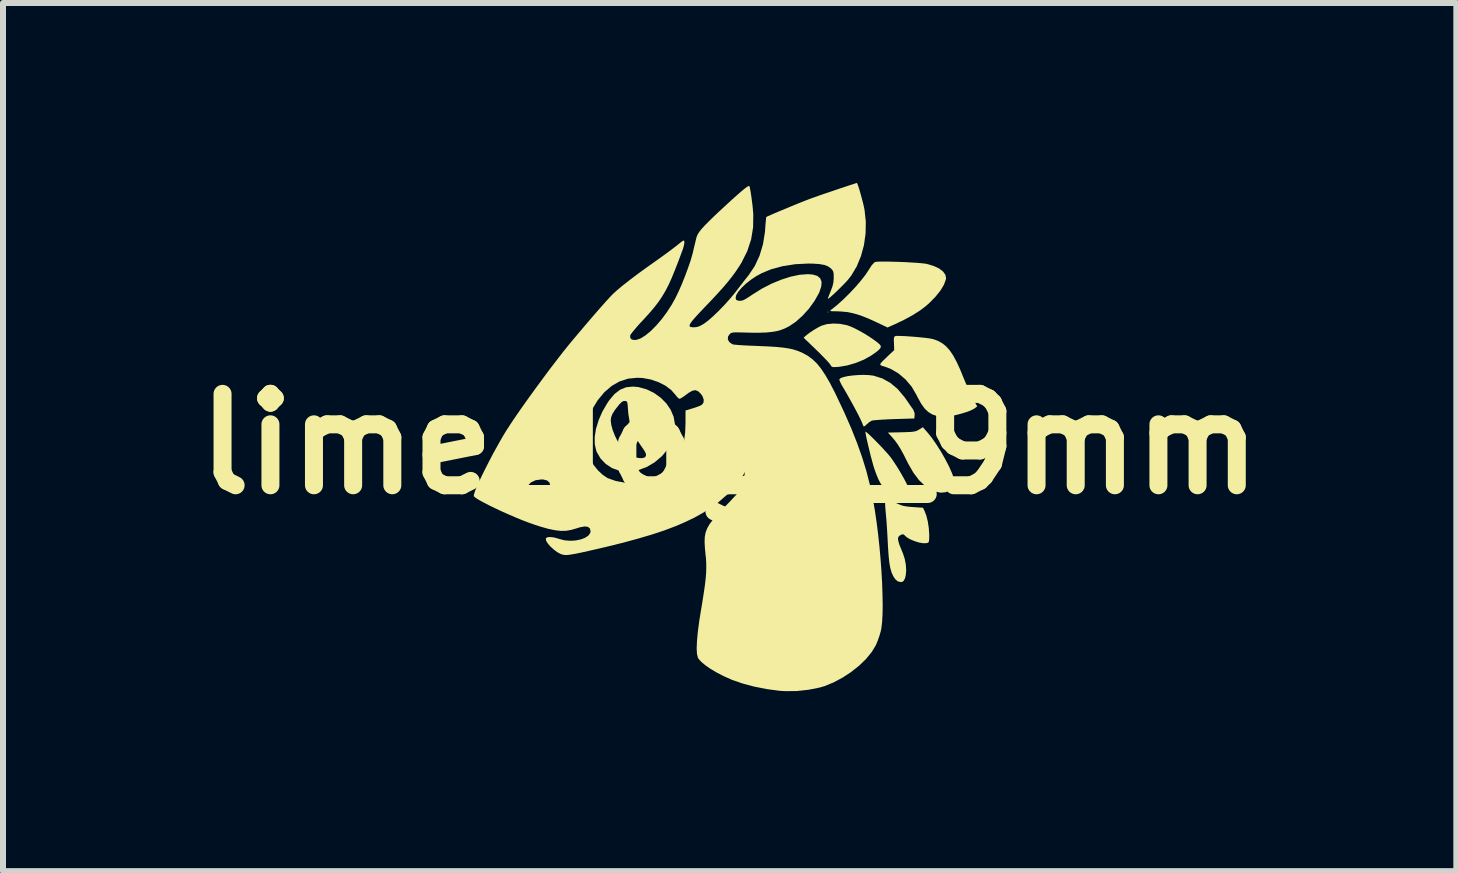
<source format=kicad_pcb>
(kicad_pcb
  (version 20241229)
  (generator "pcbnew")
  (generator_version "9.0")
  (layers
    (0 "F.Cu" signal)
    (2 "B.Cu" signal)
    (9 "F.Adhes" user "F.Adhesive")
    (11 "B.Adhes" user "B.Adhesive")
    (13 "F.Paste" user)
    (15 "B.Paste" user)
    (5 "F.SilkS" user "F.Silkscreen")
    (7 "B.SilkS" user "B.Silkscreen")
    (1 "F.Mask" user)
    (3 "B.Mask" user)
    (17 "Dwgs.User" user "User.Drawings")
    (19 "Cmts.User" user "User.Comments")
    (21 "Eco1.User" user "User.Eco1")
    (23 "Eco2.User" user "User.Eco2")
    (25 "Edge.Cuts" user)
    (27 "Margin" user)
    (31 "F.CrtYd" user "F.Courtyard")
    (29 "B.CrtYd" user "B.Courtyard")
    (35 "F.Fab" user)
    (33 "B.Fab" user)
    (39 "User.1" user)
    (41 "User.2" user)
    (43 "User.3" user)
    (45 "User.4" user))
  (footprint "lime_logo_9mm"
    (layer "F.Cu")
    (at 9.115 4.351)
    (property "Reference" "lime_logo_9mm" (at 0 0 0) (layer "F.SilkS") (effects (font (size 1.524 1.524) (thickness 0.3))))
    (attr board_only exclude_from_pos_files exclude_from_bom)
    (fp_poly (pts (xy 1.647 -2.199) (xy 1.639 -2.191) (xy 1.631 -2.199) (xy 1.639 -2.207)) (stroke (width 0) (type solid)) (fill yes) (layer "F.SilkS"))
    (fp_poly (pts (xy 3.291 -0.199) (xy 3.366 -0.107) (xy 3.444 0.005) (xy 3.522 0.127) (xy 3.594 0.254) (xy 3.658 0.377) (xy 3.708 0.49) (xy 3.737 0.572) (xy 3.75 0.622) (xy 3.753 0.654) (xy 3.744 0.682) (xy 3.728 0.71) (xy 3.673 0.771) (xy 3.603 0.805) (xy 3.519 0.813) (xy 3.426 0.794) (xy 3.362 0.767) (xy 3.255 0.698) (xy 3.156 0.603) (xy 3.063 0.479) (xy 2.975 0.326) (xy 2.957 0.29) (xy 2.899 0.175) (xy 2.849 0.083) (xy 2.802 0.008) (xy 2.755 -0.057) (xy 2.703 -0.118) (xy 2.699 -0.122) (xy 2.638 -0.189) (xy 2.866 -0.194) (xy 2.958 -0.197) (xy 3.024 -0.2) (xy 3.071 -0.206) (xy 3.106 -0.213) (xy 3.133 -0.225) (xy 3.158 -0.239) (xy 3.221 -0.278)) (stroke (width 0) (type solid)) (fill yes) (layer "F.SilkS"))
    (fp_poly (pts (xy 1.839 -2.002) (xy 1.948 -1.981) (xy 2.005 -1.962) (xy 2.074 -1.932) (xy 2.153 -1.891) (xy 2.236 -1.845) (xy 2.317 -1.795) (xy 2.391 -1.745) (xy 2.453 -1.7) (xy 2.498 -1.662) (xy 2.519 -1.635) (xy 2.519 -1.61) (xy 2.499 -1.58) (xy 2.457 -1.542) (xy 2.39 -1.494) (xy 2.353 -1.469) (xy 2.238 -1.405) (xy 2.103 -1.35) (xy 1.963 -1.309) (xy 1.829 -1.286) (xy 1.818 -1.285) (xy 1.758 -1.281) (xy 1.722 -1.281) (xy 1.701 -1.289) (xy 1.688 -1.305) (xy 1.68 -1.319) (xy 1.661 -1.344) (xy 1.623 -1.387) (xy 1.57 -1.442) (xy 1.507 -1.507) (xy 1.445 -1.567) (xy 1.233 -1.771) (xy 1.268 -1.803) (xy 1.329 -1.851) (xy 1.406 -1.902) (xy 1.485 -1.948) (xy 1.532 -1.971) (xy 1.62 -1.997) (xy 1.726 -2.007)) (stroke (width 0) (type solid)) (fill yes) (layer "F.SilkS"))
    (fp_poly (pts (xy 2.277 -0.198) (xy 2.309 -0.171) (xy 2.354 -0.129) (xy 2.408 -0.076) (xy 2.467 -0.016) (xy 2.528 0.047) (xy 2.585 0.109) (xy 2.636 0.165) (xy 2.675 0.212) (xy 2.693 0.235) (xy 2.749 0.317) (xy 2.805 0.404) (xy 2.858 0.493) (xy 2.906 0.578) (xy 2.946 0.654) (xy 2.975 0.716) (xy 2.99 0.758) (xy 2.991 0.768) (xy 2.988 0.801) (xy 2.979 0.814) (xy 2.979 0.814) (xy 2.959 0.808) (xy 2.917 0.796) (xy 2.861 0.779) (xy 2.847 0.775) (xy 2.777 0.756) (xy 2.708 0.743) (xy 2.654 0.737) (xy 2.652 0.737) (xy 2.593 0.73) (xy 2.554 0.712) (xy 2.552 0.71) (xy 2.52 0.666) (xy 2.483 0.597) (xy 2.445 0.507) (xy 2.41 0.408) (xy 2.394 0.355) (xy 2.375 0.286) (xy 2.353 0.205) (xy 2.332 0.119) (xy 2.311 0.032) (xy 2.292 -0.048) (xy 2.277 -0.118) (xy 2.267 -0.171) (xy 2.263 -0.2) (xy 2.263 -0.205)) (stroke (width 0) (type solid)) (fill yes) (layer "F.SilkS"))
    (fp_poly (pts (xy 2.316 -1.148) (xy 2.39 -1.139) (xy 2.401 -1.137) (xy 2.545 -1.092) (xy 2.678 -1.018) (xy 2.801 -0.915) (xy 2.914 -0.781) (xy 2.944 -0.739) (xy 2.985 -0.68) (xy 3.022 -0.625) (xy 3.051 -0.585) (xy 3.058 -0.576) (xy 3.083 -0.515) (xy 3.084 -0.478) (xy 3.079 -0.424) (xy 2.743 -0.414) (xy 2.64 -0.41) (xy 2.546 -0.405) (xy 2.466 -0.399) (xy 2.406 -0.394) (xy 2.371 -0.389) (xy 2.367 -0.387) (xy 2.328 -0.364) (xy 2.289 -0.33) (xy 2.288 -0.33) (xy 2.255 -0.298) (xy 2.235 -0.292) (xy 2.222 -0.312) (xy 2.216 -0.332) (xy 2.204 -0.362) (xy 2.179 -0.415) (xy 2.144 -0.486) (xy 2.101 -0.568) (xy 2.054 -0.656) (xy 2.004 -0.745) (xy 1.956 -0.831) (xy 1.912 -0.907) (xy 1.892 -0.94) (xy 1.86 -0.996) (xy 1.838 -1.042) (xy 1.828 -1.072) (xy 1.828 -1.077) (xy 1.851 -1.097) (xy 1.9 -1.115) (xy 1.968 -1.13) (xy 2.05 -1.141) (xy 2.14 -1.148) (xy 2.23 -1.151)) (stroke (width 0) (type solid)) (fill yes) (layer "F.SilkS"))
    (fp_poly (pts (xy 2.705 -3.038) (xy 2.811 -3.035) (xy 2.919 -3.031) (xy 3.024 -3.025) (xy 3.121 -3.019) (xy 3.202 -3.012) (xy 3.263 -3.005) (xy 3.287 -3.001) (xy 3.4 -2.967) (xy 3.491 -2.925) (xy 3.557 -2.875) (xy 3.597 -2.819) (xy 3.608 -2.76) (xy 3.605 -2.744) (xy 3.573 -2.655) (xy 3.514 -2.557) (xy 3.43 -2.452) (xy 3.324 -2.345) (xy 3.267 -2.295) (xy 3.172 -2.223) (xy 3.051 -2.147) (xy 2.91 -2.07) (xy 2.752 -1.994) (xy 2.719 -1.98) (xy 2.631 -1.941) (xy 2.471 -2.018) (xy 2.32 -2.087) (xy 2.187 -2.14) (xy 2.068 -2.176) (xy 1.954 -2.199) (xy 1.841 -2.209) (xy 1.785 -2.211) (xy 1.722 -2.212) (xy 1.688 -2.214) (xy 1.676 -2.22) (xy 1.682 -2.229) (xy 1.689 -2.234) (xy 1.786 -2.311) (xy 1.891 -2.405) (xy 1.997 -2.51) (xy 2.1 -2.619) (xy 2.192 -2.727) (xy 2.27 -2.827) (xy 2.32 -2.904) (xy 2.367 -2.977) (xy 2.406 -3.02) (xy 2.428 -3.034) (xy 2.464 -3.038) (xy 2.526 -3.04) (xy 2.609 -3.04)) (stroke (width 0) (type solid)) (fill yes) (layer "F.SilkS"))
    (fp_poly (pts (xy 2.851 -1.8) (xy 2.925 -1.797) (xy 3.012 -1.791) (xy 3.091 -1.785) (xy 3.199 -1.775) (xy 3.281 -1.766) (xy 3.344 -1.757) (xy 3.392 -1.747) (xy 3.434 -1.733) (xy 3.472 -1.718) (xy 3.543 -1.679) (xy 3.607 -1.628) (xy 3.667 -1.562) (xy 3.725 -1.477) (xy 3.783 -1.37) (xy 3.844 -1.238) (xy 3.901 -1.097) (xy 3.939 -1.007) (xy 3.98 -0.912) (xy 4.021 -0.825) (xy 4.054 -0.759) (xy 4.127 -0.626) (xy 4.085 -0.593) (xy 4.038 -0.567) (xy 3.969 -0.538) (xy 3.883 -0.511) (xy 3.791 -0.486) (xy 3.699 -0.466) (xy 3.617 -0.453) (xy 3.551 -0.45) (xy 3.551 -0.45) (xy 3.505 -0.455) (xy 3.463 -0.463) (xy 3.382 -0.49) (xy 3.313 -0.531) (xy 3.251 -0.589) (xy 3.193 -0.67) (xy 3.134 -0.777) (xy 3.117 -0.812) (xy 3.035 -0.953) (xy 2.932 -1.075) (xy 2.813 -1.176) (xy 2.683 -1.252) (xy 2.586 -1.288) (xy 2.545 -1.3) (xy 2.519 -1.311) (xy 2.51 -1.325) (xy 2.52 -1.347) (xy 2.55 -1.38) (xy 2.601 -1.429) (xy 2.639 -1.466) (xy 2.743 -1.564) (xy 2.739 -1.677) (xy 2.737 -1.736) (xy 2.739 -1.771) (xy 2.748 -1.789) (xy 2.764 -1.798) (xy 2.771 -1.8) (xy 2.798 -1.801)) (stroke (width 0) (type solid)) (fill yes) (layer "F.SilkS"))
    (fp_poly (pts (xy 2.65 0.934) (xy 2.697 0.952) (xy 2.755 0.977) (xy 2.772 0.985) (xy 2.834 1.012) (xy 2.887 1.031) (xy 2.944 1.042) (xy 3.016 1.05) (xy 3.057 1.053) (xy 3.223 1.064) (xy 3.251 1.122) (xy 3.28 1.199) (xy 3.304 1.297) (xy 3.32 1.405) (xy 3.327 1.512) (xy 3.327 1.522) (xy 3.326 1.584) (xy 3.323 1.621) (xy 3.315 1.641) (xy 3.3 1.65) (xy 3.283 1.654) (xy 3.226 1.656) (xy 3.154 1.643) (xy 3.077 1.619) (xy 3.005 1.588) (xy 2.948 1.553) (xy 2.925 1.531) (xy 2.9 1.508) (xy 2.873 1.509) (xy 2.858 1.515) (xy 2.829 1.532) (xy 2.812 1.553) (xy 2.806 1.582) (xy 2.813 1.625) (xy 2.832 1.686) (xy 2.865 1.768) (xy 2.888 1.823) (xy 2.918 1.914) (xy 2.937 2.013) (xy 2.943 2.11) (xy 2.935 2.195) (xy 2.922 2.243) (xy 2.901 2.283) (xy 2.877 2.3) (xy 2.849 2.303) (xy 2.802 2.291) (xy 2.761 2.255) (xy 2.727 2.205) (xy 2.7 2.145) (xy 2.678 2.068) (xy 2.661 1.972) (xy 2.649 1.852) (xy 2.639 1.705) (xy 2.638 1.679) (xy 2.632 1.568) (xy 2.626 1.455) (xy 2.619 1.349) (xy 2.612 1.257) (xy 2.607 1.201) (xy 2.598 1.101) (xy 2.593 1.029) (xy 2.592 0.98) (xy 2.595 0.949) (xy 2.603 0.934) (xy 2.615 0.928) (xy 2.622 0.928)) (stroke (width 0) (type solid)) (fill yes) (layer "F.SilkS"))
    (fp_poly (pts (xy -1.523 -0.948) (xy -1.388 -0.911) (xy -1.263 -0.851) (xy -1.151 -0.771) (xy -1.056 -0.676) (xy -0.983 -0.568) (xy -0.934 -0.452) (xy -0.915 -0.343) (xy -0.92 -0.195) (xy -0.957 -0.056) (xy -1.024 0.074) (xy -1.121 0.195) (xy -1.134 0.208) (xy -1.254 0.309) (xy -1.384 0.385) (xy -1.521 0.436) (xy -1.659 0.46) (xy -1.795 0.456) (xy -1.843 0.446) (xy -1.961 0.403) (xy -2.066 0.334) (xy -2.153 0.243) (xy -2.216 0.135) (xy -2.224 0.114) (xy -2.249 0.007) (xy -2.25 -0.116) (xy -2.229 -0.25) (xy -2.186 -0.39) (xy -1.983 -0.39) (xy -1.974 -0.318) (xy -1.95 -0.23) (xy -1.912 -0.134) (xy -1.877 -0.062) (xy -1.839 -0.006) (xy -1.787 0.055) (xy -1.728 0.116) (xy -1.667 0.168) (xy -1.613 0.207) (xy -1.579 0.222) (xy -1.512 0.236) (xy -1.454 0.237) (xy -1.415 0.224) (xy -1.411 0.221) (xy -1.396 0.198) (xy -1.395 0.169) (xy -1.412 0.13) (xy -1.447 0.075) (xy -1.471 0.042) (xy -1.561 -0.094) (xy -1.625 -0.226) (xy -1.667 -0.361) (xy -1.69 -0.508) (xy -1.694 -0.56) (xy -1.699 -0.63) (xy -1.704 -0.675) (xy -1.711 -0.7) (xy -1.722 -0.712) (xy -1.74 -0.716) (xy -1.745 -0.717) (xy -1.774 -0.714) (xy -1.804 -0.695) (xy -1.842 -0.656) (xy -1.851 -0.645) (xy -1.913 -0.566) (xy -1.954 -0.501) (xy -1.976 -0.445) (xy -1.983 -0.393) (xy -1.983 -0.39) (xy -2.186 -0.39) (xy -2.186 -0.392) (xy -2.123 -0.537) (xy -2.04 -0.68) (xy -2.006 -0.73) (xy -1.92 -0.832) (xy -1.828 -0.903) (xy -1.728 -0.944) (xy -1.616 -0.956)) (stroke (width 0) (type solid)) (fill yes) (layer "F.SilkS"))
    (fp_poly (pts (xy 2.13 -4.336) (xy 2.144 -4.297) (xy 2.163 -4.239) (xy 2.183 -4.169) (xy 2.203 -4.094) (xy 2.223 -4.019) (xy 2.239 -3.951) (xy 2.249 -3.898) (xy 2.27 -3.704) (xy 2.266 -3.508) (xy 2.239 -3.315) (xy 2.189 -3.131) (xy 2.119 -2.961) (xy 2.029 -2.809) (xy 1.971 -2.735) (xy 1.932 -2.692) (xy 1.883 -2.641) (xy 1.828 -2.587) (xy 1.773 -2.533) (xy 1.721 -2.485) (xy 1.678 -2.447) (xy 1.649 -2.424) (xy 1.638 -2.419) (xy 1.641 -2.436) (xy 1.655 -2.474) (xy 1.676 -2.527) (xy 1.683 -2.544) (xy 1.713 -2.623) (xy 1.729 -2.69) (xy 1.735 -2.761) (xy 1.735 -2.771) (xy 1.734 -2.83) (xy 1.728 -2.869) (xy 1.714 -2.897) (xy 1.688 -2.926) (xy 1.687 -2.927) (xy 1.641 -2.96) (xy 1.578 -2.984) (xy 1.493 -2.999) (xy 1.382 -3.006) (xy 1.311 -3.007) (xy 1.091 -2.996) (xy 0.881 -2.963) (xy 0.687 -2.91) (xy 0.537 -2.848) (xy 0.442 -2.796) (xy 0.352 -2.736) (xy 0.269 -2.67) (xy 0.199 -2.603) (xy 0.144 -2.539) (xy 0.109 -2.481) (xy 0.099 -2.434) (xy 0.099 -2.432) (xy 0.108 -2.404) (xy 0.131 -2.391) (xy 0.162 -2.386) (xy 0.192 -2.387) (xy 0.223 -2.395) (xy 0.262 -2.414) (xy 0.315 -2.447) (xy 0.378 -2.489) (xy 0.536 -2.588) (xy 0.699 -2.672) (xy 0.862 -2.739) (xy 1.019 -2.789) (xy 1.168 -2.82) (xy 1.302 -2.83) (xy 1.384 -2.824) (xy 1.46 -2.802) (xy 1.509 -2.762) (xy 1.532 -2.704) (xy 1.528 -2.629) (xy 1.498 -2.537) (xy 1.487 -2.512) (xy 1.413 -2.381) (xy 1.32 -2.253) (xy 1.214 -2.136) (xy 1.102 -2.036) (xy 0.988 -1.959) (xy 0.979 -1.955) (xy 0.915 -1.923) (xy 0.851 -1.899) (xy 0.782 -1.88) (xy 0.704 -1.867) (xy 0.613 -1.858) (xy 0.503 -1.854) (xy 0.372 -1.854) (xy 0.214 -1.858) (xy 0.166 -1.859) (xy 0.097 -1.86) (xy 0.052 -1.857) (xy 0.023 -1.848) (xy 0.002 -1.833) (xy -0.028 -1.789) (xy -0.03 -1.741) (xy -0.006 -1.698) (xy 0.04 -1.665) (xy 0.064 -1.657) (xy 0.091 -1.654) (xy 0.145 -1.649) (xy 0.221 -1.644) (xy 0.313 -1.639) (xy 0.418 -1.635) (xy 0.488 -1.632) (xy 0.647 -1.625) (xy 0.778 -1.617) (xy 0.887 -1.606) (xy 0.978 -1.593) (xy 1.056 -1.576) (xy 1.126 -1.554) (xy 1.192 -1.528) (xy 1.225 -1.512) (xy 1.307 -1.466) (xy 1.383 -1.409) (xy 1.455 -1.34) (xy 1.525 -1.253) (xy 1.595 -1.147) (xy 1.67 -1.019) (xy 1.75 -0.864) (xy 1.783 -0.796) (xy 1.915 -0.516) (xy 2.029 -0.255) (xy 2.126 -0.01) (xy 2.209 0.224) (xy 2.279 0.452) (xy 2.337 0.679) (xy 2.386 0.91) (xy 2.392 0.942) (xy 2.423 1.122) (xy 2.451 1.315) (xy 2.476 1.516) (xy 2.498 1.721) (xy 2.516 1.927) (xy 2.531 2.13) (xy 2.542 2.326) (xy 2.548 2.511) (xy 2.551 2.682) (xy 2.549 2.834) (xy 2.542 2.965) (xy 2.53 3.069) (xy 2.522 3.111) (xy 2.499 3.193) (xy 2.468 3.282) (xy 2.437 3.356) (xy 2.368 3.47) (xy 2.274 3.585) (xy 2.158 3.697) (xy 2.026 3.802) (xy 1.883 3.896) (xy 1.735 3.975) (xy 1.587 4.036) (xy 1.504 4.061) (xy 1.314 4.099) (xy 1.118 4.12) (xy 0.926 4.122) (xy 0.832 4.116) (xy 0.622 4.088) (xy 0.413 4.047) (xy 0.217 3.995) (xy 0.04 3.934) (xy 0.02 3.925) (xy -0.101 3.871) (xy -0.215 3.812) (xy -0.318 3.751) (xy -0.406 3.69) (xy -0.474 3.633) (xy -0.519 3.583) (xy -0.53 3.562) (xy -0.545 3.5) (xy -0.55 3.408) (xy -0.545 3.286) (xy -0.531 3.134) (xy -0.507 2.953) (xy -0.481 2.791) (xy -0.452 2.616) (xy -0.429 2.468) (xy -0.411 2.342) (xy -0.399 2.235) (xy -0.392 2.141) (xy -0.39 2.057) (xy -0.391 1.978) (xy -0.396 1.9) (xy -0.402 1.848) (xy -0.413 1.731) (xy -0.418 1.633) (xy -0.415 1.55) (xy -0.401 1.476) (xy -0.374 1.406) (xy -0.333 1.335) (xy -0.275 1.259) (xy -0.198 1.172) (xy -0.101 1.069) (xy -0.073 1.04) (xy 0.006 0.959) (xy 0.082 0.877) (xy 0.153 0.801) (xy 0.212 0.736) (xy 0.254 0.688) (xy 0.259 0.682) (xy 0.325 0.593) (xy 0.384 0.495) (xy 0.432 0.399) (xy 0.464 0.311) (xy 0.474 0.259) (xy 0.474 0.184) (xy 0.455 0.117) (xy 0.422 0.066) (xy 0.394 0.046) (xy 0.344 0.035) (xy 0.309 0.048) (xy 0.295 0.079) (xy 0.304 0.122) (xy 0.318 0.144) (xy 0.343 0.189) (xy 0.349 0.238) (xy 0.338 0.296) (xy 0.308 0.372) (xy 0.298 0.392) (xy 0.209 0.547) (xy 0.093 0.701) (xy -0.045 0.848) (xy -0.201 0.984) (xy -0.32 1.07) (xy -0.452 1.153) (xy -0.592 1.231) (xy -0.745 1.304) (xy -0.911 1.375) (xy -1.094 1.444) (xy -1.297 1.511) (xy -1.521 1.577) (xy -1.77 1.645) (xy -2.045 1.713) (xy -2.346 1.783) (xy -2.468 1.81) (xy -2.564 1.83) (xy -2.637 1.843) (xy -2.693 1.851) (xy -2.736 1.853) (xy -2.77 1.849) (xy -2.8 1.841) (xy -2.82 1.834) (xy -2.877 1.803) (xy -2.935 1.759) (xy -2.989 1.71) (xy -3.032 1.66) (xy -3.06 1.614) (xy -3.066 1.58) (xy -3.065 1.575) (xy -3.042 1.557) (xy -2.996 1.552) (xy -2.932 1.559) (xy -2.857 1.579) (xy -2.839 1.585) (xy -2.752 1.607) (xy -2.66 1.615) (xy -2.57 1.61) (xy -2.485 1.593) (xy -2.413 1.566) (xy -2.358 1.531) (xy -2.326 1.488) (xy -2.319 1.456) (xy -2.33 1.409) (xy -2.364 1.382) (xy -2.42 1.376) (xy -2.5 1.391) (xy -2.55 1.407) (xy -2.639 1.433) (xy -2.725 1.448) (xy -2.814 1.45) (xy -2.911 1.439) (xy -3.023 1.416) (xy -3.154 1.379) (xy -3.239 1.352) (xy -3.336 1.318) (xy -3.444 1.277) (xy -3.559 1.23) (xy -3.677 1.179) (xy -3.795 1.127) (xy -3.907 1.074) (xy -4.011 1.024) (xy -4.103 0.976) (xy -4.178 0.935) (xy -4.232 0.901) (xy -4.262 0.876) (xy -4.266 0.869) (xy -4.263 0.843) (xy -3.418 0.843) (xy -3.409 0.89) (xy -3.387 0.921) (xy -3.363 0.927) (xy -3.334 0.919) (xy -3.292 0.897) (xy -3.266 0.88) (xy -3.207 0.847) (xy -3.14 0.816) (xy -3.114 0.807) (xy -3.048 0.78) (xy -3.008 0.749) (xy -2.992 0.71) (xy -2.991 0.693) (xy -3.005 0.643) (xy -3.045 0.609) (xy -3.109 0.593) (xy -3.137 0.592) (xy -3.235 0.605) (xy -3.314 0.642) (xy -3.373 0.705) (xy -3.409 0.786) (xy -3.418 0.843) (xy -4.263 0.843) (xy -4.263 0.842) (xy -4.247 0.791) (xy -4.218 0.718) (xy -4.178 0.628) (xy -4.128 0.523) (xy -4.071 0.408) (xy -4.008 0.285) (xy -3.941 0.157) (xy -3.87 0.029) (xy -3.824 -0.053) (xy -2.408 -0.053) (xy -2.379 0.109) (xy -2.319 0.266) (xy -2.318 0.269) (xy -2.264 0.357) (xy -2.195 0.442) (xy -2.118 0.514) (xy -2.041 0.566) (xy -2.029 0.572) (xy -1.899 0.618) (xy -1.752 0.645) (xy -1.598 0.652) (xy -1.448 0.638) (xy -1.416 0.632) (xy -1.299 0.6) (xy -1.199 0.554) (xy -1.104 0.49) (xy -1.006 0.401) (xy -1.006 0.401) (xy -0.915 0.3) (xy -0.846 0.196) (xy -0.795 0.083) (xy -0.761 -0.044) (xy -0.742 -0.19) (xy -0.736 -0.354) (xy -0.736 -0.557) (xy -0.62 -0.592) (xy -0.558 -0.612) (xy -0.504 -0.632) (xy -0.469 -0.649) (xy -0.468 -0.649) (xy -0.437 -0.686) (xy -0.432 -0.736) (xy -0.452 -0.793) (xy -0.481 -0.836) (xy -0.525 -0.878) (xy -0.569 -0.896) (xy -0.619 -0.888) (xy -0.679 -0.855) (xy -0.721 -0.824) (xy -0.77 -0.788) (xy -0.81 -0.763) (xy -0.835 -0.752) (xy -0.836 -0.752) (xy -0.858 -0.764) (xy -0.887 -0.796) (xy -0.902 -0.816) (xy -0.974 -0.898) (xy -1.071 -0.971) (xy -1.187 -1.03) (xy -1.315 -1.074) (xy -1.451 -1.099) (xy -1.54 -1.103) (xy -1.692 -1.088) (xy -1.834 -1.043) (xy -1.967 -0.967) (xy -2.089 -0.862) (xy -2.201 -0.727) (xy -2.301 -0.563) (xy -2.318 -0.53) (xy -2.378 -0.377) (xy -2.408 -0.216) (xy -2.408 -0.053) (xy -3.824 -0.053) (xy -3.799 -0.097) (xy -3.767 -0.152) (xy -3.711 -0.242) (xy -3.639 -0.353) (xy -3.552 -0.481) (xy -3.454 -0.622) (xy -3.347 -0.772) (xy -3.235 -0.927) (xy -3.12 -1.083) (xy -3.006 -1.237) (xy -2.894 -1.383) (xy -2.789 -1.519) (xy -2.692 -1.64) (xy -2.637 -1.707) (xy -2.498 -1.872) (xy -2.37 -2.023) (xy -2.254 -2.158) (xy -2.151 -2.276) (xy -2.064 -2.374) (xy -1.993 -2.451) (xy -1.947 -2.499) (xy -1.878 -2.562) (xy -1.783 -2.641) (xy -1.663 -2.735) (xy -1.52 -2.843) (xy -1.354 -2.963) (xy -1.19 -3.079) (xy -1.108 -3.138) (xy -1.024 -3.199) (xy -0.948 -3.256) (xy -0.886 -3.304) (xy -0.872 -3.315) (xy -0.819 -3.358) (xy -0.786 -3.382) (xy -0.767 -3.391) (xy -0.758 -3.385) (xy -0.755 -3.369) (xy -0.758 -3.333) (xy -0.77 -3.281) (xy -0.781 -3.245) (xy -0.849 -3.062) (xy -0.91 -2.905) (xy -0.965 -2.77) (xy -1.018 -2.653) (xy -1.071 -2.551) (xy -1.126 -2.458) (xy -1.185 -2.37) (xy -1.251 -2.284) (xy -1.326 -2.195) (xy -1.412 -2.099) (xy -1.447 -2.062) (xy -1.512 -1.992) (xy -1.569 -1.926) (xy -1.615 -1.871) (xy -1.646 -1.831) (xy -1.658 -1.81) (xy -1.658 -1.767) (xy -1.632 -1.74) (xy -1.583 -1.732) (xy -1.553 -1.735) (xy -1.482 -1.76) (xy -1.402 -1.811) (xy -1.314 -1.883) (xy -1.224 -1.974) (xy -1.133 -2.08) (xy -1.046 -2.197) (xy -0.965 -2.323) (xy -0.907 -2.427) (xy -0.853 -2.538) (xy -0.797 -2.665) (xy -0.743 -2.801) (xy -0.693 -2.936) (xy -0.65 -3.061) (xy -0.619 -3.169) (xy -0.614 -3.19) (xy -0.596 -3.267) (xy -0.578 -3.34) (xy -0.564 -3.4) (xy -0.559 -3.423) (xy -0.548 -3.46) (xy -0.531 -3.497) (xy -0.505 -3.537) (xy -0.468 -3.584) (xy -0.418 -3.639) (xy -0.352 -3.706) (xy -0.268 -3.788) (xy -0.164 -3.886) (xy -0.115 -3.931) (xy 0.006 -4.043) (xy 0.106 -4.133) (xy 0.186 -4.203) (xy 0.247 -4.254) (xy 0.29 -4.286) (xy 0.317 -4.3) (xy 0.328 -4.3) (xy 0.335 -4.279) (xy 0.344 -4.233) (xy 0.355 -4.168) (xy 0.366 -4.09) (xy 0.377 -4.006) (xy 0.386 -3.923) (xy 0.392 -3.847) (xy 0.394 -3.823) (xy 0.391 -3.613) (xy 0.358 -3.41) (xy 0.293 -3.213) (xy 0.197 -3.022) (xy 0.157 -2.957) (xy 0.099 -2.871) (xy 0.038 -2.788) (xy -0.03 -2.702) (xy -0.107 -2.611) (xy -0.198 -2.51) (xy -0.306 -2.394) (xy -0.401 -2.295) (xy -0.495 -2.196) (xy -0.567 -2.118) (xy -0.62 -2.057) (xy -0.653 -2.012) (xy -0.668 -1.981) (xy -0.667 -1.96) (xy -0.65 -1.949) (xy -0.619 -1.945) (xy -0.591 -1.944) (xy -0.541 -1.95) (xy -0.492 -1.968) (xy -0.432 -2.002) (xy -0.423 -2.008) (xy -0.354 -2.06) (xy -0.272 -2.132) (xy -0.181 -2.22) (xy -0.087 -2.317) (xy 0.004 -2.418) (xy 0.088 -2.519) (xy 0.119 -2.56) (xy 0.175 -2.632) (xy 0.231 -2.705) (xy 0.281 -2.769) (xy 0.317 -2.814) (xy 0.418 -2.965) (xy 0.498 -3.137) (xy 0.555 -3.327) (xy 0.588 -3.531) (xy 0.592 -3.58) (xy 0.597 -3.656) (xy 0.603 -3.719) (xy 0.607 -3.763) (xy 0.61 -3.782) (xy 0.61 -3.783) (xy 0.628 -3.792) (xy 0.671 -3.811) (xy 0.734 -3.839) (xy 0.811 -3.872) (xy 0.899 -3.908) (xy 0.992 -3.947) (xy 1.086 -3.986) (xy 1.175 -4.022) (xy 1.255 -4.054) (xy 1.321 -4.079) (xy 1.352 -4.091) (xy 1.403 -4.109) (xy 1.473 -4.134) (xy 1.556 -4.163) (xy 1.649 -4.194) (xy 1.745 -4.227) (xy 1.839 -4.259) (xy 1.928 -4.288) (xy 2.005 -4.314) (xy 2.067 -4.334) (xy 2.107 -4.347) (xy 2.122 -4.351)) (stroke (width 0) (type solid)) (fill yes) (layer "F.SilkS")))
  (gr_rect
    (start -3 -3)
    (end 21.23 11.473)
    (stroke (width 0.1) (type default))
    (fill no)
    (layer "Edge.Cuts")))
</source>
